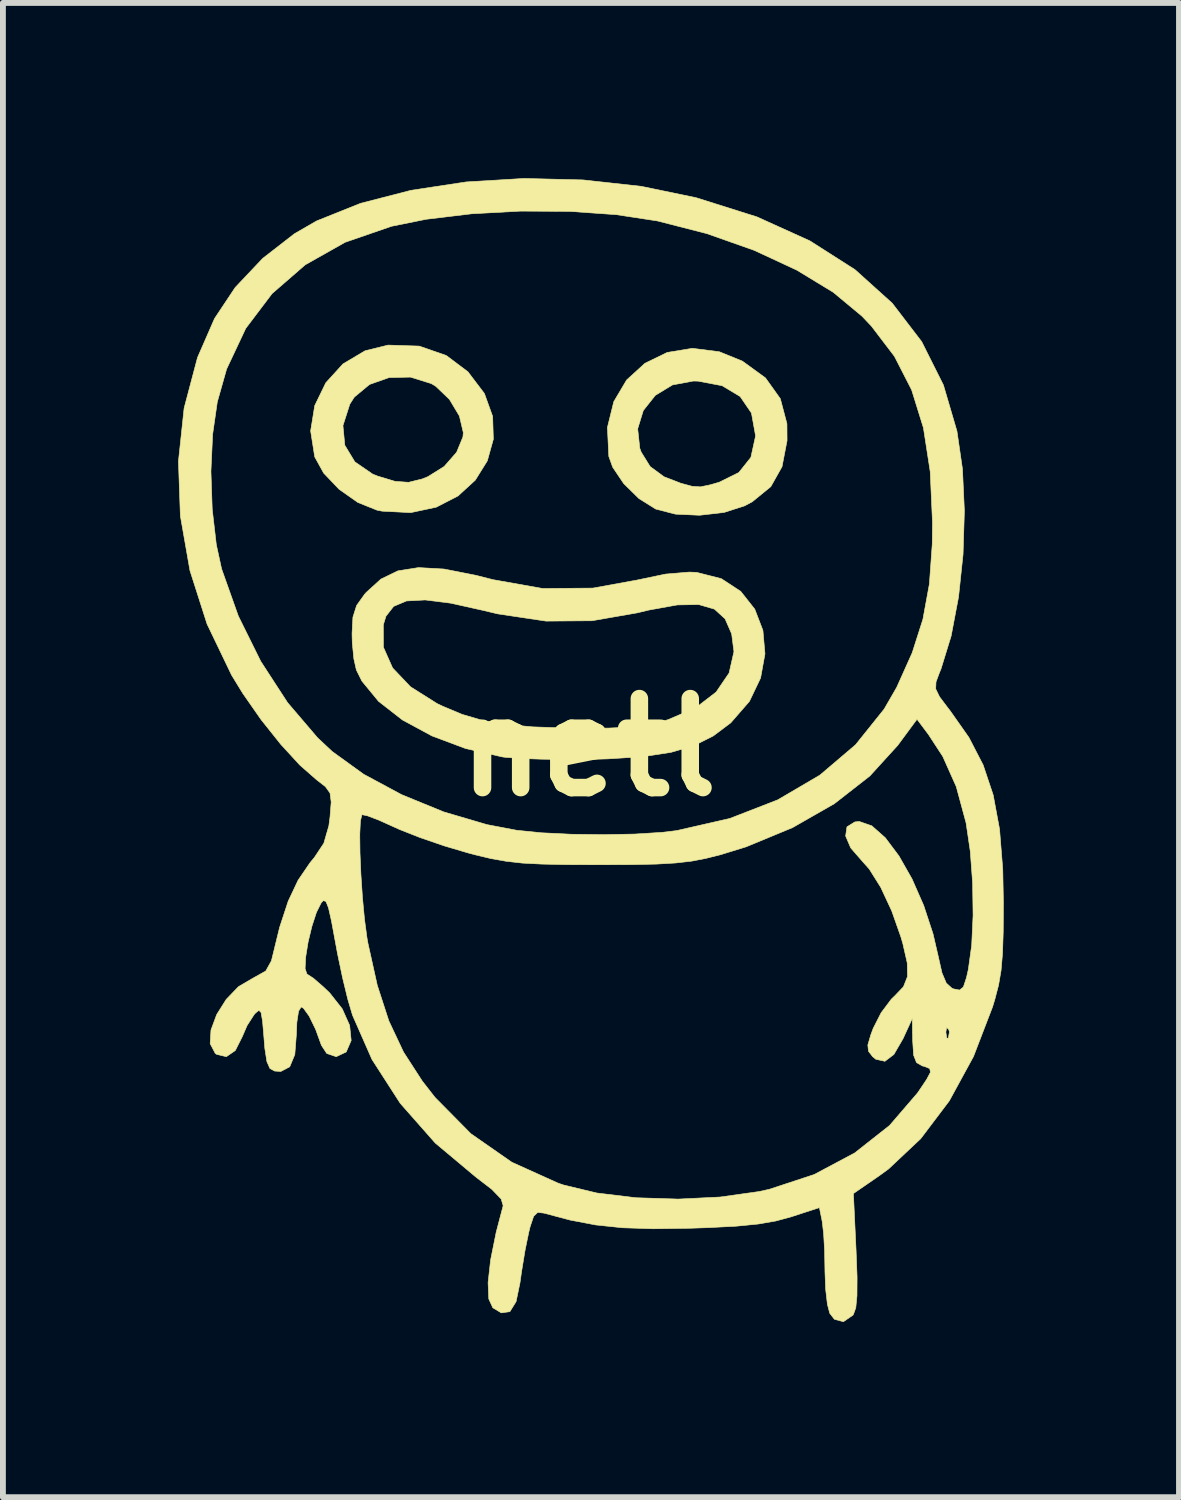
<source format=kicad_pcb>
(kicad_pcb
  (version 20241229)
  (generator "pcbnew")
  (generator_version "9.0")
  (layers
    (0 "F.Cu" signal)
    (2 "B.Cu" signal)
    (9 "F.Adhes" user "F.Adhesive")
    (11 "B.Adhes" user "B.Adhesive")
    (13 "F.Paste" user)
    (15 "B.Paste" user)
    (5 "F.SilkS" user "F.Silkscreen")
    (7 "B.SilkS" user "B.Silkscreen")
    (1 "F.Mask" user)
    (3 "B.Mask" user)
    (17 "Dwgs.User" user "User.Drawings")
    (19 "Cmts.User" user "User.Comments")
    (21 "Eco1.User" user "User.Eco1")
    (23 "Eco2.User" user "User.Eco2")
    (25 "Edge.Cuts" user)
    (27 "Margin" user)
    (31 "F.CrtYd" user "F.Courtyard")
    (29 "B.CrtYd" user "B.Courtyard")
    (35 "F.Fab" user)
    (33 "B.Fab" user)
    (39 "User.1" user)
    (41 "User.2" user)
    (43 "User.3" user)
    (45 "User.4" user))
  (footprint "netl"
    (layer "F.Cu")
    (at 7.025 9.744)
    (property "Reference" "netl" (at 0 0 0) (layer "F.SilkS") (effects (font (size 1.524 1.524) (thickness 0.3))))
    (attr through_hole)
    (fp_poly (pts (xy -2.898 -6.869) (xy -2.435 -6.708) (xy -2.064 -6.429) (xy -1.782 -6.057) (xy -1.641 -5.665) (xy -1.629 -5.275) (xy -1.732 -4.905) (xy -1.938 -4.574) (xy -2.234 -4.303) (xy -2.607 -4.111) (xy -3.044 -4.018) (xy -3.532 -4.043) (xy -3.62 -4.06) (xy -3.949 -4.192) (xy -4.27 -4.418) (xy -4.534 -4.695) (xy -4.687 -4.972) (xy -4.757 -5.417) (xy -4.742 -5.508) (xy -4.204 -5.508) (xy -4.172 -5.171) (xy -4 -4.887) (xy -3.696 -4.678) (xy -3.609 -4.643) (xy -3.31 -4.553) (xy -3.08 -4.537) (xy -2.849 -4.594) (xy -2.749 -4.634) (xy -2.471 -4.808) (xy -2.258 -5.051) (xy -2.15 -5.313) (xy -2.143 -5.388) (xy -2.21 -5.672) (xy -2.381 -5.957) (xy -2.615 -6.181) (xy -2.691 -6.227) (xy -3.048 -6.338) (xy -3.415 -6.33) (xy -3.749 -6.212) (xy -4.009 -5.996) (xy -4.086 -5.876) (xy -4.204 -5.508) (xy -4.742 -5.508) (xy -4.687 -5.85) (xy -4.497 -6.241) (xy -4.203 -6.564) (xy -3.825 -6.789) (xy -3.43 -6.886) (xy -2.898 -6.869)) (stroke (width 0.01) (type solid)) (fill yes) (layer "F.SilkS"))
    (fp_poly (pts (xy 2.24 -6.772) (xy 2.634 -6.612) (xy 3.03 -6.324) (xy 3.284 -5.968) (xy 3.397 -5.54) (xy 3.399 -5.25) (xy 3.313 -4.804) (xy 3.121 -4.463) (xy 2.805 -4.205) (xy 2.673 -4.134) (xy 2.32 -4.021) (xy 1.902 -3.973) (xy 1.488 -3.992) (xy 1.151 -4.079) (xy 0.863 -4.259) (xy 0.603 -4.515) (xy 0.414 -4.796) (xy 0.348 -4.98) (xy 0.325 -5.453) (xy 0.842 -5.453) (xy 0.878 -5.119) (xy 0.902 -5.054) (xy 1.055 -4.807) (xy 1.293 -4.632) (xy 1.583 -4.52) (xy 1.772 -4.469) (xy 1.916 -4.459) (xy 2.088 -4.495) (xy 2.239 -4.539) (xy 2.574 -4.705) (xy 2.78 -4.964) (xy 2.857 -5.315) (xy 2.857 -5.351) (xy 2.79 -5.722) (xy 2.596 -6.006) (xy 2.287 -6.191) (xy 1.875 -6.269) (xy 1.796 -6.271) (xy 1.437 -6.204) (xy 1.144 -6.026) (xy 0.938 -5.766) (xy 0.842 -5.453) (xy 0.325 -5.453) (xy 0.324 -5.477) (xy 0.433 -5.918) (xy 0.653 -6.289) (xy 0.965 -6.574) (xy 1.347 -6.76) (xy 1.779 -6.831) (xy 2.24 -6.772)) (stroke (width 0.01) (type solid)) (fill yes) (layer "F.SilkS"))
    (fp_poly (pts (xy -2.472 -3.052) (xy -1.929 -2.945) (xy -1.634 -2.87) (xy -0.784 -2.719) (xy 0.075 -2.726) (xy 0.838 -2.865) (xy 1.32 -2.966) (xy 1.727 -3) (xy 1.851 -2.995) (xy 2.273 -2.888) (xy 2.606 -2.67) (xy 2.846 -2.366) (xy 2.986 -2.001) (xy 3.021 -1.6) (xy 2.946 -1.187) (xy 2.755 -0.787) (xy 2.441 -0.426) (xy 2.432 -0.417) (xy 2.136 -0.195) (xy 1.805 -0.029) (xy 1.412 0.086) (xy 0.929 0.16) (xy 0.326 0.198) (xy 0.079 0.205) (xy -0.372 0.209) (xy -0.802 0.203) (xy -1.17 0.19) (xy -1.432 0.17) (xy -1.476 0.164) (xy -2.103 0.021) (xy -2.68 -0.195) (xy -3.186 -0.469) (xy -3.594 -0.787) (xy -3.88 -1.135) (xy -3.974 -1.324) (xy -4.017 -1.515) (xy -4.044 -1.788) (xy -4.048 -1.947) (xy -4.04 -2.096) (xy -3.513 -2.096) (xy -3.511 -1.713) (xy -3.354 -1.359) (xy -3.047 -1.036) (xy -2.592 -0.749) (xy -2.5 -0.705) (xy -2.164 -0.564) (xy -1.817 -0.462) (xy -1.424 -0.393) (xy -0.953 -0.35) (xy -0.369 -0.33) (xy -0.147 -0.327) (xy 0.34 -0.329) (xy 0.713 -0.347) (xy 1.015 -0.387) (xy 1.29 -0.452) (xy 1.363 -0.474) (xy 1.834 -0.676) (xy 2.185 -0.946) (xy 2.407 -1.272) (xy 2.49 -1.638) (xy 2.451 -1.942) (xy 2.338 -2.2) (xy 2.156 -2.366) (xy 1.888 -2.444) (xy 1.52 -2.438) (xy 1.033 -2.35) (xy 0.833 -2.302) (xy 0.059 -2.167) (xy -0.726 -2.161) (xy -1.556 -2.285) (xy -1.794 -2.342) (xy -2.359 -2.468) (xy -2.795 -2.523) (xy -3.116 -2.506) (xy -3.336 -2.413) (xy -3.468 -2.244) (xy -3.513 -2.096) (xy -4.04 -2.096) (xy -4.033 -2.229) (xy -3.97 -2.428) (xy -3.834 -2.619) (xy -3.806 -2.651) (xy -3.554 -2.88) (xy -3.263 -3.021) (xy -2.91 -3.077) (xy -2.472 -3.052)) (stroke (width 0.01) (type solid)) (fill yes) (layer "F.SilkS"))
    (fp_poly (pts (xy -0.096 -9.714) (xy 0.903 -9.604) (xy 1.841 -9.41) (xy 2.884 -9.081) (xy 3.791 -8.67) (xy 4.562 -8.178) (xy 5.2 -7.603) (xy 5.704 -6.945) (xy 6.076 -6.202) (xy 6.308 -5.412) (xy 6.402 -4.765) (xy 6.435 -4.047) (xy 6.412 -3.302) (xy 6.335 -2.574) (xy 6.208 -1.905) (xy 6.034 -1.34) (xy 6.007 -1.276) (xy 5.949 -1.119) (xy 5.944 -1) (xy 6.009 -0.866) (xy 6.157 -0.669) (xy 6.191 -0.626) (xy 6.513 -0.168) (xy 6.756 0.302) (xy 6.928 0.816) (xy 7.037 1.402) (xy 7.092 2.092) (xy 7.103 2.659) (xy 7.1 3.152) (xy 7.088 3.526) (xy 7.063 3.819) (xy 7.02 4.071) (xy 6.955 4.32) (xy 6.918 4.442) (xy 6.591 5.293) (xy 6.177 6.052) (xy 5.688 6.699) (xy 5.137 7.218) (xy 4.978 7.334) (xy 4.535 7.639) (xy 4.581 8.619) (xy 4.598 9.072) (xy 4.596 9.39) (xy 4.576 9.595) (xy 4.535 9.709) (xy 4.527 9.721) (xy 4.364 9.833) (xy 4.21 9.792) (xy 4.13 9.689) (xy 4.09 9.536) (xy 4.06 9.278) (xy 4.048 8.969) (xy 4.048 8.945) (xy 4.042 8.617) (xy 4.025 8.322) (xy 4.001 8.12) (xy 4.001 8.117) (xy 3.953 7.88) (xy 3.465 8.039) (xy 3.206 8.109) (xy 2.905 8.161) (xy 2.528 8.198) (xy 2.043 8.223) (xy 1.746 8.233) (xy 1.11 8.242) (xy 0.585 8.225) (xy 0.125 8.177) (xy -0.316 8.093) (xy -0.764 7.974) (xy -0.87 7.962) (xy -0.939 8.028) (xy -0.999 8.205) (xy -1.024 8.308) (xy -1.087 8.615) (xy -1.146 8.975) (xy -1.173 9.167) (xy -1.24 9.49) (xy -1.346 9.661) (xy -1.493 9.682) (xy -1.638 9.595) (xy -1.707 9.444) (xy -1.719 9.164) (xy -1.676 8.776) (xy -1.58 8.3) (xy -1.461 7.847) (xy -1.495 7.733) (xy -1.654 7.568) (xy -1.928 7.357) (xy -2.624 6.774) (xy -3.224 6.093) (xy -3.707 5.343) (xy -4.04 4.586) (xy -4.121 4.312) (xy -4.211 3.942) (xy -4.296 3.536) (xy -4.333 3.336) (xy -4.4 2.975) (xy -4.451 2.749) (xy -4.495 2.639) (xy -4.539 2.624) (xy -4.575 2.66) (xy -4.658 2.826) (xy -4.736 3.066) (xy -4.801 3.336) (xy -4.842 3.592) (xy -4.852 3.788) (xy -4.821 3.881) (xy -4.819 3.882) (xy -4.71 3.953) (xy -4.54 4.1) (xy -4.432 4.203) (xy -4.216 4.477) (xy -4.089 4.761) (xy -4.063 5.019) (xy -4.147 5.213) (xy -4.151 5.217) (xy -4.319 5.296) (xy -4.481 5.241) (xy -4.572 5.102) (xy -4.672 4.827) (xy -4.782 4.602) (xy -4.88 4.466) (xy -4.92 4.445) (xy -4.964 4.518) (xy -4.993 4.708) (xy -5.001 4.912) (xy -5.028 5.26) (xy -5.115 5.469) (xy -5.267 5.549) (xy -5.374 5.542) (xy -5.454 5.498) (xy -5.506 5.38) (xy -5.541 5.155) (xy -5.556 4.971) (xy -5.58 4.689) (xy -5.605 4.541) (xy -5.642 4.502) (xy -5.701 4.549) (xy -5.724 4.575) (xy -5.845 4.763) (xy -5.928 4.955) (xy -6.047 5.191) (xy -6.2 5.296) (xy -6.367 5.256) (xy -6.39 5.239) (xy -6.477 5.073) (xy -6.463 4.839) (xy -6.365 4.574) (xy -6.202 4.315) (xy -5.992 4.097) (xy -5.755 3.958) (xy -5.525 3.829) (xy -5.428 3.654) (xy -5.288 3.082) (xy -5.141 2.634) (xy -4.972 2.276) (xy -4.766 1.974) (xy -4.693 1.886) (xy -4.531 1.642) (xy -4.488 1.492) (xy -3.916 1.492) (xy -3.912 1.81) (xy -3.896 2.181) (xy -3.87 2.571) (xy -3.835 2.943) (xy -3.792 3.264) (xy -3.777 3.35) (xy -3.616 4.075) (xy -3.418 4.684) (xy -3.167 5.217) (xy -2.845 5.715) (xy -2.627 5.994) (xy -2.015 6.614) (xy -1.313 7.103) (xy -0.523 7.46) (xy -0.427 7.493) (xy 0.143 7.63) (xy 0.813 7.711) (xy 1.532 7.734) (xy 2.251 7.699) (xy 2.92 7.605) (xy 3.096 7.566) (xy 3.862 7.314) (xy 4.556 6.945) (xy 5.154 6.474) (xy 5.634 5.916) (xy 5.639 5.909) (xy 5.788 5.687) (xy 5.854 5.563) (xy 5.842 5.5) (xy 5.757 5.465) (xy 5.715 5.454) (xy 5.616 5.398) (xy 5.566 5.271) (xy 5.55 5.028) (xy 5.55 5.028) (xy 5.547 4.875) (xy 6.118 4.875) (xy 6.133 4.978) (xy 6.16 4.979) (xy 6.179 4.873) (xy 6.166 4.827) (xy 6.131 4.797) (xy 6.118 4.875) (xy 5.547 4.875) (xy 5.543 4.643) (xy 5.386 4.985) (xy 5.228 5.258) (xy 5.074 5.375) (xy 4.918 5.34) (xy 4.863 5.294) (xy 4.793 5.203) (xy 4.782 5.096) (xy 4.834 4.919) (xy 4.875 4.809) (xy 5.01 4.544) (xy 5.184 4.312) (xy 5.244 4.254) (xy 5.392 4.099) (xy 5.461 3.924) (xy 5.457 3.692) (xy 5.382 3.363) (xy 5.349 3.249) (xy 5.191 2.8) (xy 5.003 2.397) (xy 4.806 2.083) (xy 4.684 1.946) (xy 4.489 1.722) (xy 4.402 1.518) (xy 4.425 1.361) (xy 4.56 1.277) (xy 4.637 1.27) (xy 4.85 1.344) (xy 5.081 1.548) (xy 5.315 1.86) (xy 5.539 2.254) (xy 5.738 2.707) (xy 5.898 3.193) (xy 5.984 3.564) (xy 6.051 3.861) (xy 6.125 4.036) (xy 6.222 4.124) (xy 6.248 4.135) (xy 6.352 4.156) (xy 6.418 4.103) (xy 6.471 3.943) (xy 6.503 3.801) (xy 6.56 3.389) (xy 6.584 2.878) (xy 6.576 2.323) (xy 6.536 1.781) (xy 6.466 1.307) (xy 6.463 1.29) (xy 6.296 0.673) (xy 6.065 0.156) (xy 5.819 -0.221) (xy 5.624 -0.481) (xy 5.294 -0.034) (xy 4.817 0.49) (xy 4.209 0.965) (xy 3.494 1.374) (xy 2.697 1.704) (xy 2.262 1.838) (xy 2.007 1.902) (xy 1.762 1.949) (xy 1.492 1.98) (xy 1.166 1.999) (xy 0.749 2.008) (xy 0.21 2.01) (xy 0.159 2.01) (xy -0.384 2.008) (xy -0.802 1.999) (xy -1.132 1.982) (xy -1.407 1.951) (xy -1.664 1.906) (xy -1.937 1.841) (xy -2.065 1.807) (xy -2.467 1.688) (xy -2.881 1.546) (xy -3.236 1.406) (xy -3.333 1.362) (xy -3.588 1.247) (xy -3.782 1.173) (xy -3.877 1.153) (xy -3.879 1.154) (xy -3.905 1.261) (xy -3.916 1.492) (xy -4.488 1.492) (xy -4.445 1.345) (xy -4.425 1.191) (xy -4.405 0.937) (xy -4.425 0.783) (xy -4.504 0.673) (xy -4.655 0.556) (xy -4.941 0.305) (xy -5.267 -0.05) (xy -5.603 -0.471) (xy -5.917 -0.921) (xy -6.11 -1.236) (xy -6.53 -2.11) (xy -6.823 -3.026) (xy -6.987 -3.962) (xy -7.014 -4.726) (xy -6.464 -4.726) (xy -6.442 -4.077) (xy -6.372 -3.471) (xy -6.282 -3.056) (xy -5.995 -2.248) (xy -5.611 -1.472) (xy -5.151 -0.764) (xy -4.637 -0.162) (xy -4.386 0.073) (xy -3.849 0.461) (xy -3.198 0.811) (xy -2.48 1.105) (xy -1.739 1.323) (xy -1.23 1.42) (xy -0.808 1.463) (xy -0.296 1.488) (xy 0.255 1.495) (xy 0.79 1.485) (xy 1.256 1.456) (xy 1.508 1.426) (xy 2.419 1.218) (xy 3.24 0.899) (xy 3.961 0.476) (xy 4.572 -0.044) (xy 5.061 -0.654) (xy 5.276 -1.026) (xy 5.542 -1.619) (xy 5.725 -2.192) (xy 5.836 -2.796) (xy 5.885 -3.478) (xy 5.889 -3.85) (xy 5.85 -4.72) (xy 5.734 -5.469) (xy 5.532 -6.119) (xy 5.238 -6.693) (xy 4.844 -7.21) (xy 4.682 -7.381) (xy 4.19 -7.79) (xy 3.567 -8.169) (xy 2.838 -8.508) (xy 2.028 -8.794) (xy 1.178 -9.012) (xy 0.477 -9.119) (xy -0.32 -9.175) (xy -1.163 -9.18) (xy -2 -9.134) (xy -2.78 -9.04) (xy -3.373 -8.92) (xy -4.167 -8.646) (xy -4.849 -8.261) (xy -5.417 -7.768) (xy -5.868 -7.172) (xy -6.196 -6.475) (xy -6.355 -5.913) (xy -6.435 -5.358) (xy -6.464 -4.726) (xy -7.014 -4.726) (xy -7.02 -4.896) (xy -6.923 -5.807) (xy -6.694 -6.672) (xy -6.402 -7.341) (xy -6.048 -7.873) (xy -5.578 -8.37) (xy -5.035 -8.792) (xy -4.656 -9.011) (xy -3.902 -9.313) (xy -3.038 -9.536) (xy -2.096 -9.679) (xy -1.106 -9.739) (xy -0.096 -9.714)) (stroke (width 0.01) (type solid)) (fill yes) (layer "F.SilkS")))
  (gr_rect
    (start -3 -3)
    (end 17.134 22.582)
    (stroke (width 0.1) (type default))
    (fill no)
    (layer "Edge.Cuts")))
</source>
